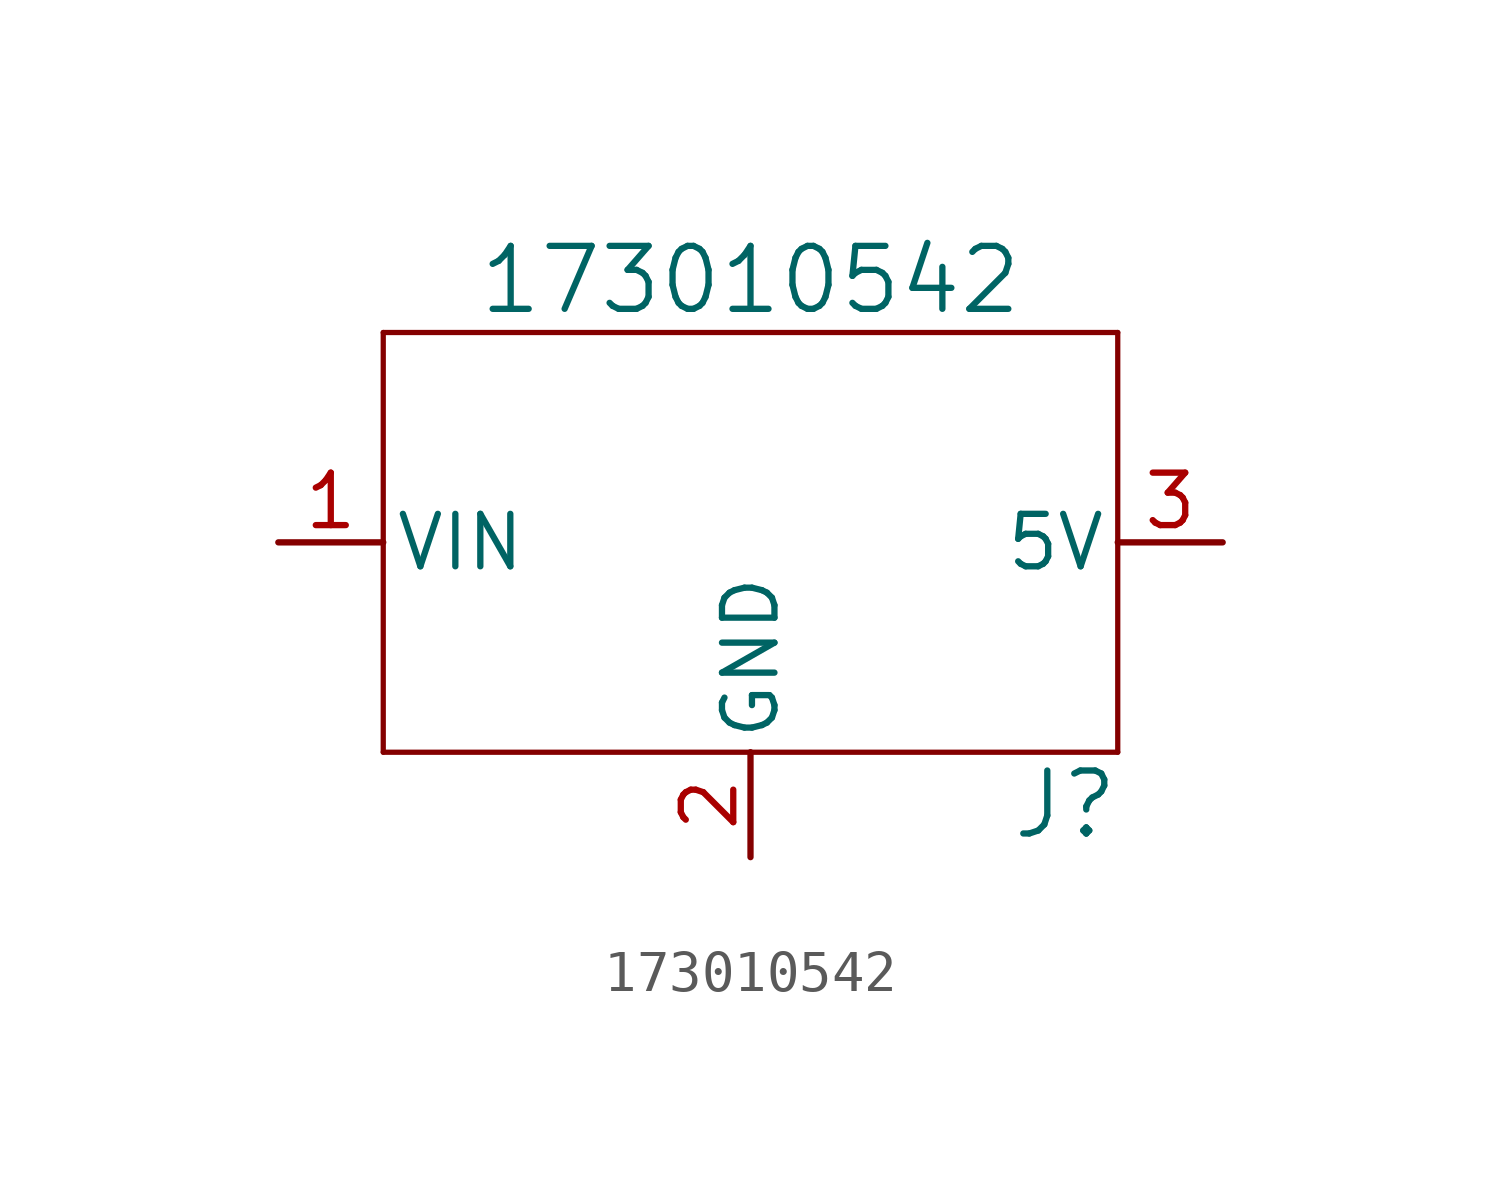
<source format=kicad_sym>
(kicad_symbol_lib
  (version 20220914)
  (generator kicad_symbol_editor)
  (symbol "173010542"
    (pin_names
      (offset 0.254))
    (property "Reference" "J"
      (at 7.62 -6.35 0)
      (effects (font (size 1.524 1.524))))
    (property "Value" "173010542"
      (at 0 6.35 0)
      (effects (font (size 1.524 1.524))))
    (property "ki_locked" ""
      (at 0 0 0)
      (effects (font (size 1.27 1.27))))
    (symbol "173010542_0_1"
      (polyline (pts (xy -8.89 -5.08) (xy 8.89 -5.08)) (stroke (width 0.127) (type default)) (fill (type none)))
      (polyline (pts (xy -8.89 5.08) (xy -8.89 -5.08)) (stroke (width 0.127) (type default)) (fill (type none)))
      (polyline (pts (xy 8.89 -5.08) (xy 8.89 5.08)) (stroke (width 0.127) (type default)) (fill (type none)))
      (polyline (pts (xy 8.89 5.08) (xy -8.89 5.08)) (stroke (width 0.127) (type default)) (fill (type none))))
    (symbol "173010542_1_1"
      (pin power_in line (at -11.43 0 0) (length 2.54) (name "VIN" (effects (font (size 1.27 1.27)))) (number "1" (effects (font (size 1.27 1.27)))))
      (pin power_in line (at 0 -7.62 90) (length 2.54) (name "GND" (effects (font (size 1.27 1.27)))) (number "2" (effects (font (size 1.27 1.27)))))
      (pin power_out line (at 11.43 0 180) (length 2.54) (name "5V" (effects (font (size 1.27 1.27)))) (number "3" (effects (font (size 1.27 1.27))))))))
</source>
